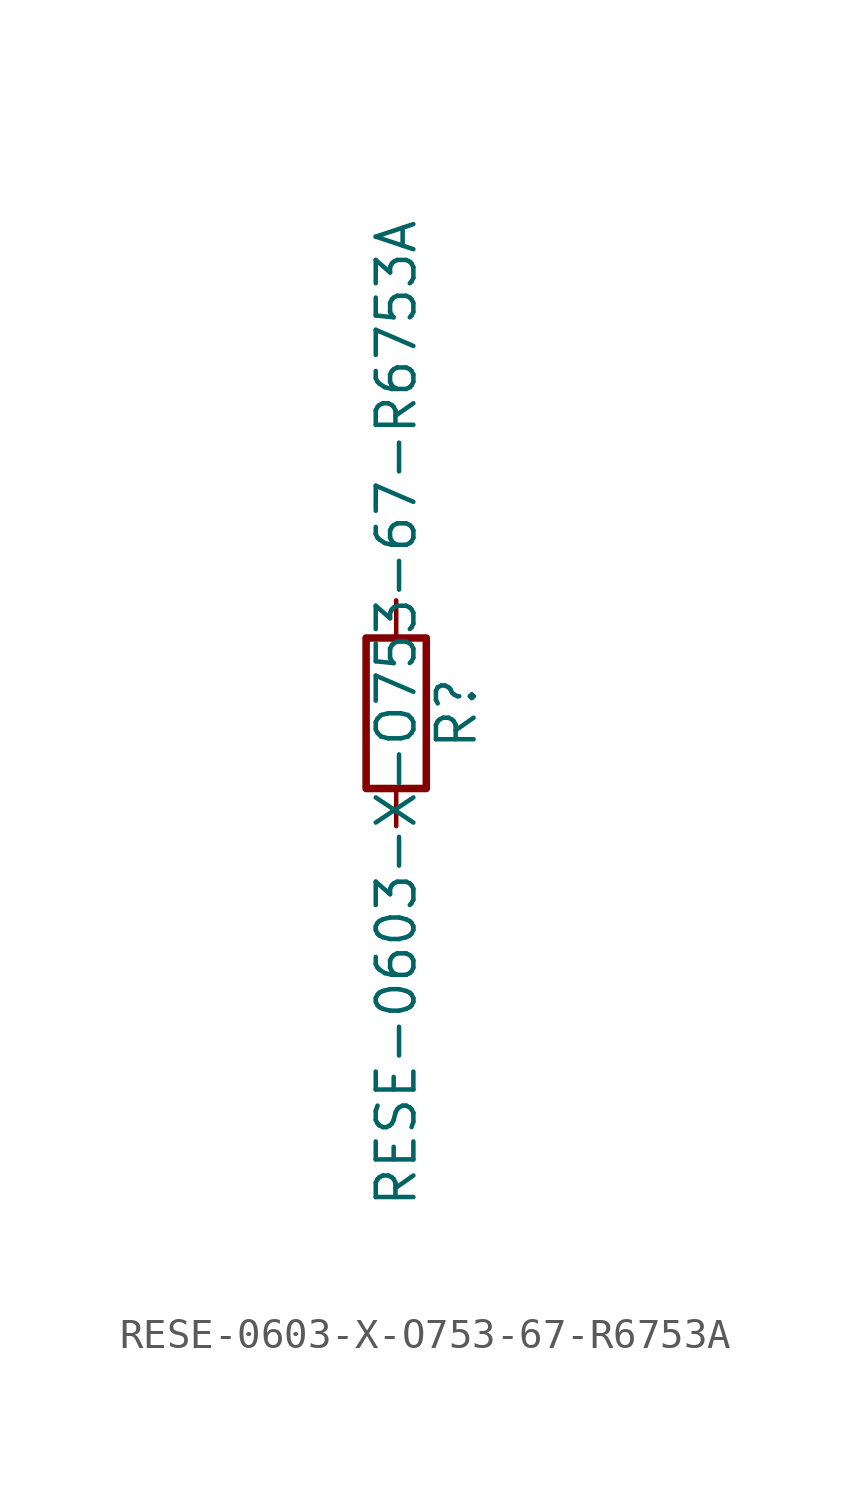
<source format=kicad_sym>
(kicad_symbol_lib
  (version 20211014)
  (generator kicad_symbol_editor)
  (symbol "RESE-0603-X-O753-67-R6753A"
    (pin_numbers hide)
    (pin_names
      (offset 0))
    (property "Reference" "R"
      (at 2.032 0 90)
      (effects (font (size 1.27 1.27))))
    (property "Value" "RESE-0603-X-O753-67-R6753A"
      (at 0 0 90)
      (effects (font (size 1.27 1.27))))
    (symbol "RESE-0603-X-O753-67-R6753A_0_1"
      (rectangle (start -1.016 -2.54) (end 1.016 2.54) (stroke (width 0.254) (type default) (color 0 0 0 0)) (fill (type none))))
    (symbol "RESE-0603-X-O753-67-R6753A_1_1"
      (pin passive line (at 0 3.81 270) (length 1.27) (name "~" (effects (font (size 1.27 1.27)))) (number "1" (effects (font (size 1.27 1.27)))))
      (pin passive line (at 0 -3.81 90) (length 1.27) (name "~" (effects (font (size 1.27 1.27)))) (number "2" (effects (font (size 1.27 1.27))))))))
</source>
